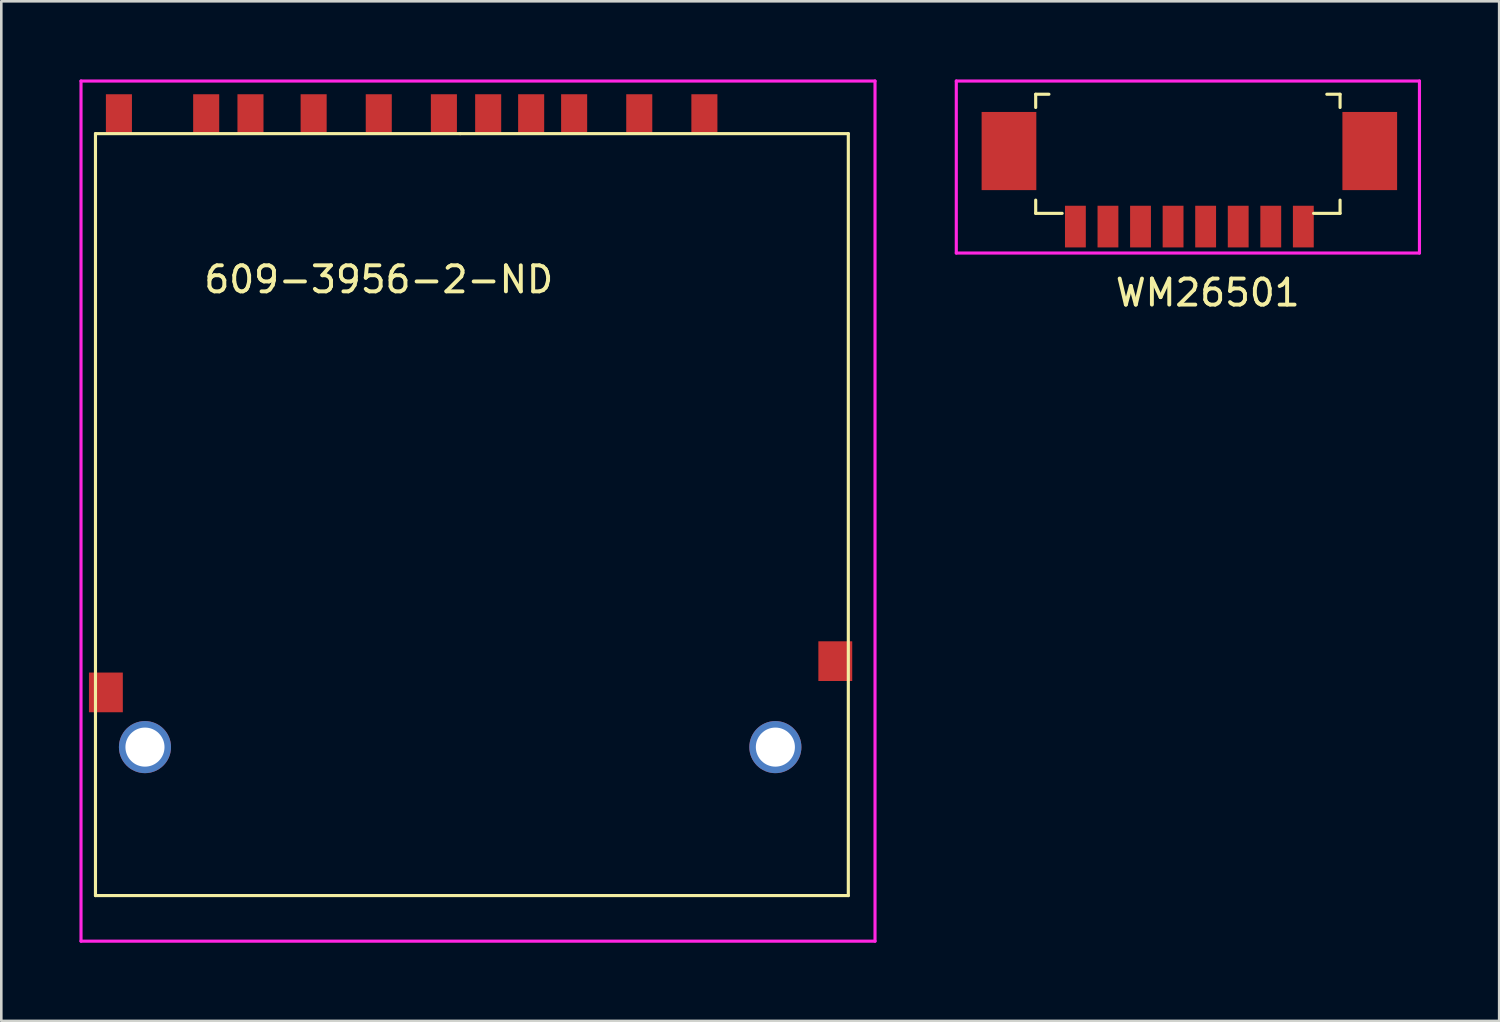
<source format=kicad_pcb>
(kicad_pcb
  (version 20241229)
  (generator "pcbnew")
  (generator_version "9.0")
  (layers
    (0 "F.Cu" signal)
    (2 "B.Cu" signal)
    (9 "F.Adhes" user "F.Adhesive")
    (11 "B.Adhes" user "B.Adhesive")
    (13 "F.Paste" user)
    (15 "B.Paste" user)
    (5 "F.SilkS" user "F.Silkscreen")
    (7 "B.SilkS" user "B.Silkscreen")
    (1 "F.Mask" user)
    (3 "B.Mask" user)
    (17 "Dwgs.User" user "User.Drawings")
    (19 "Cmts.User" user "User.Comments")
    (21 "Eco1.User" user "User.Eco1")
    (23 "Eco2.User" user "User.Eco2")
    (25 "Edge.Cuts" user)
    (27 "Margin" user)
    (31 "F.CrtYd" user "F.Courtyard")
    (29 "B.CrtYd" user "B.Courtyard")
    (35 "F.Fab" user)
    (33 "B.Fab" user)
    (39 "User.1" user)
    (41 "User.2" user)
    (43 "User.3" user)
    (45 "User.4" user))
  (footprint "WM26501"
    (layer "F.Cu")
    (at 42.804 2.6)
    (property "Reference" "WM26501" (at 0.508 5.588 0) (layer "F.SilkS") (effects (font (size 1 1) (thickness 0.15))))
    (attr through_hole)
    (fp_line (start -6.096 -2.032) (end -5.588 -2.032) (stroke (width 0.12) (type solid)) (layer "F.SilkS"))
    (fp_line (start -6.096 -1.524) (end -6.096 -2.032) (stroke (width 0.12) (type solid)) (layer "F.SilkS"))
    (fp_line (start -6.096 2.54) (end -6.096 2.032) (stroke (width 0.12) (type solid)) (layer "F.SilkS"))
    (fp_line (start -6.096 2.54) (end -5.08 2.54) (stroke (width 0.12) (type solid)) (layer "F.SilkS"))
    (fp_line (start 5.08 -2.032) (end 5.588 -2.032) (stroke (width 0.12) (type solid)) (layer "F.SilkS"))
    (fp_line (start 5.588 -2.032) (end 5.588 -1.524) (stroke (width 0.12) (type solid)) (layer "F.SilkS"))
    (fp_line (start 5.588 2.032) (end 5.588 2.54) (stroke (width 0.12) (type solid)) (layer "F.SilkS"))
    (fp_line (start 5.588 2.54) (end 4.572 2.54) (stroke (width 0.12) (type solid)) (layer "F.SilkS"))
    (fp_line (start -9.144 -2.54) (end 8.636 -2.54) (stroke (width 0.12) (type solid)) (layer "F.CrtYd"))
    (fp_line (start -9.144 4.064) (end -9.144 -2.54) (stroke (width 0.12) (type solid)) (layer "F.CrtYd"))
    (fp_line (start 8.636 -2.54) (end 8.636 4.064) (stroke (width 0.12) (type solid)) (layer "F.CrtYd"))
    (fp_line (start 8.636 4.064) (end -9.144 4.064) (stroke (width 0.12) (type solid)) (layer "F.CrtYd"))
    (pad "1" smd rect (at 4.178 3.048) (size 0.8 1.6) (layers "F.Cu" "F.Mask" "F.Paste"))
    (pad "2" smd rect (at 2.928 3.048) (size 0.8 1.6) (layers "F.Cu" "F.Mask" "F.Paste"))
    (pad "3" smd rect (at 1.678 3.048) (size 0.8 1.6) (layers "F.Cu" "F.Mask" "F.Paste"))
    (pad "4" smd rect (at 0.428 3.048) (size 0.8 1.6) (layers "F.Cu" "F.Mask" "F.Paste"))
    (pad "5" smd rect (at -0.822 3.048) (size 0.8 1.6) (layers "F.Cu" "F.Mask" "F.Paste"))
    (pad "6" smd rect (at -2.072 3.048) (size 0.8 1.6) (layers "F.Cu" "F.Mask" "F.Paste"))
    (pad "7" smd rect (at -3.322 3.048) (size 0.8 1.6) (layers "F.Cu" "F.Mask" "F.Paste"))
    (pad "8" smd rect (at -4.572 3.048) (size 0.8 1.6) (layers "F.Cu" "F.Mask" "F.Paste"))
    (pad "9" smd rect (at -7.122 0.148) (size 2.1 3) (layers "F.Cu" "F.Mask" "F.Paste"))
    (pad "9" smd rect (at 6.728 0.148) (size 2.1 3) (layers "F.Cu" "F.Mask" "F.Paste")))
  (footprint "609-3956-2-ND"
    (layer "F.Cu")
    (at 11.49 1.33)
    (property "Reference" "609-3956-2-ND" (at 0 6.35 0) (layer "F.SilkS") (effects (font (size 1 1) (thickness 0.15))))
    (attr through_hole)
    (fp_line (start -10.875 0.75) (end -10.875 30) (stroke (width 0.12) (type solid)) (layer "F.SilkS"))
    (fp_line (start 3.125 0.75) (end -10.875 0.75) (stroke (width 0.12) (type solid)) (layer "F.SilkS"))
    (fp_line (start 3.125 0.75) (end 18.025 0.75) (stroke (width 0.12) (type solid)) (layer "F.SilkS"))
    (fp_line (start 18.025 0.75) (end 18.025 30) (stroke (width 0.12) (type solid)) (layer "F.SilkS"))
    (fp_line (start 18.025 30) (end -10.875 30) (stroke (width 0.12) (type solid)) (layer "F.SilkS"))
    (fp_line (start -11.43 -1.27) (end 19.05 -1.27) (stroke (width 0.12) (type solid)) (layer "F.CrtYd"))
    (fp_line (start -11.43 31.75) (end -11.43 -1.27) (stroke (width 0.12) (type solid)) (layer "F.CrtYd"))
    (fp_line (start 19.05 -1.27) (end 19.05 31.75) (stroke (width 0.12) (type solid)) (layer "F.CrtYd"))
    (fp_line (start 19.05 31.75) (end -11.43 31.75) (stroke (width 0.12) (type solid)) (layer "F.CrtYd"))
    (pad "1" smd rect (at 10 0) (size 1 1.524) (layers "F.Cu" "F.Mask" "F.Paste"))
    (pad "2" smd rect (at 7.5 0) (size 1 1.524) (layers "F.Cu" "F.Mask" "F.Paste"))
    (pad "3" smd rect (at 4.2 0) (size 1 1.524) (layers "F.Cu" "F.Mask" "F.Paste"))
    (pad "4" smd rect (at 2.5 0) (size 1 1.524) (layers "F.Cu" "F.Mask" "F.Paste"))
    (pad "5" smd rect (at 0 0) (size 1 1.524) (layers "F.Cu" "F.Mask" "F.Paste"))
    (pad "6" smd rect (at -2.5 0) (size 1 1.524) (layers "F.Cu" "F.Mask" "F.Paste"))
    (pad "7" smd rect (at -4.925 0) (size 1 1.524) (layers "F.Cu" "F.Mask" "F.Paste"))
    (pad "8" smd rect (at -6.625 0) (size 1 1.524) (layers "F.Cu" "F.Mask" "F.Paste"))
    (pad "9" smd rect (at 12.5 0) (size 1 1.524) (layers "F.Cu" "F.Mask" "F.Paste"))
    (pad "10" smd rect (at 5.85 0) (size 1 1.524) (layers "F.Cu" "F.Mask" "F.Paste"))
    (pad "11" smd rect (at -9.975 0) (size 1 1.524) (layers "F.Cu" "F.Mask" "F.Paste"))
    (pad "12" smd rect (at -10.475 22.2) (size 1.3 1.524) (layers "F.Cu" "F.Mask" "F.Paste"))
    (pad "12" smd rect (at 17.525 21) (size 1.3 1.524) (layers "F.Cu" "F.Mask" "F.Paste"))
    (pad "13" thru_hole circle (at -8.975 24.3) (size 2 2) (drill 1.5) (layers "*.Cu" "*.Mask"))
    (pad "13" thru_hole circle (at 15.225 24.3) (size 2 2) (drill 1.5) (layers "*.Cu" "*.Mask")))
  (gr_rect
    (start -3 -3)
    (end 54.5 36.14)
    (stroke (width 0.1) (type default))
    (fill no)
    (layer "Edge.Cuts")))
</source>
